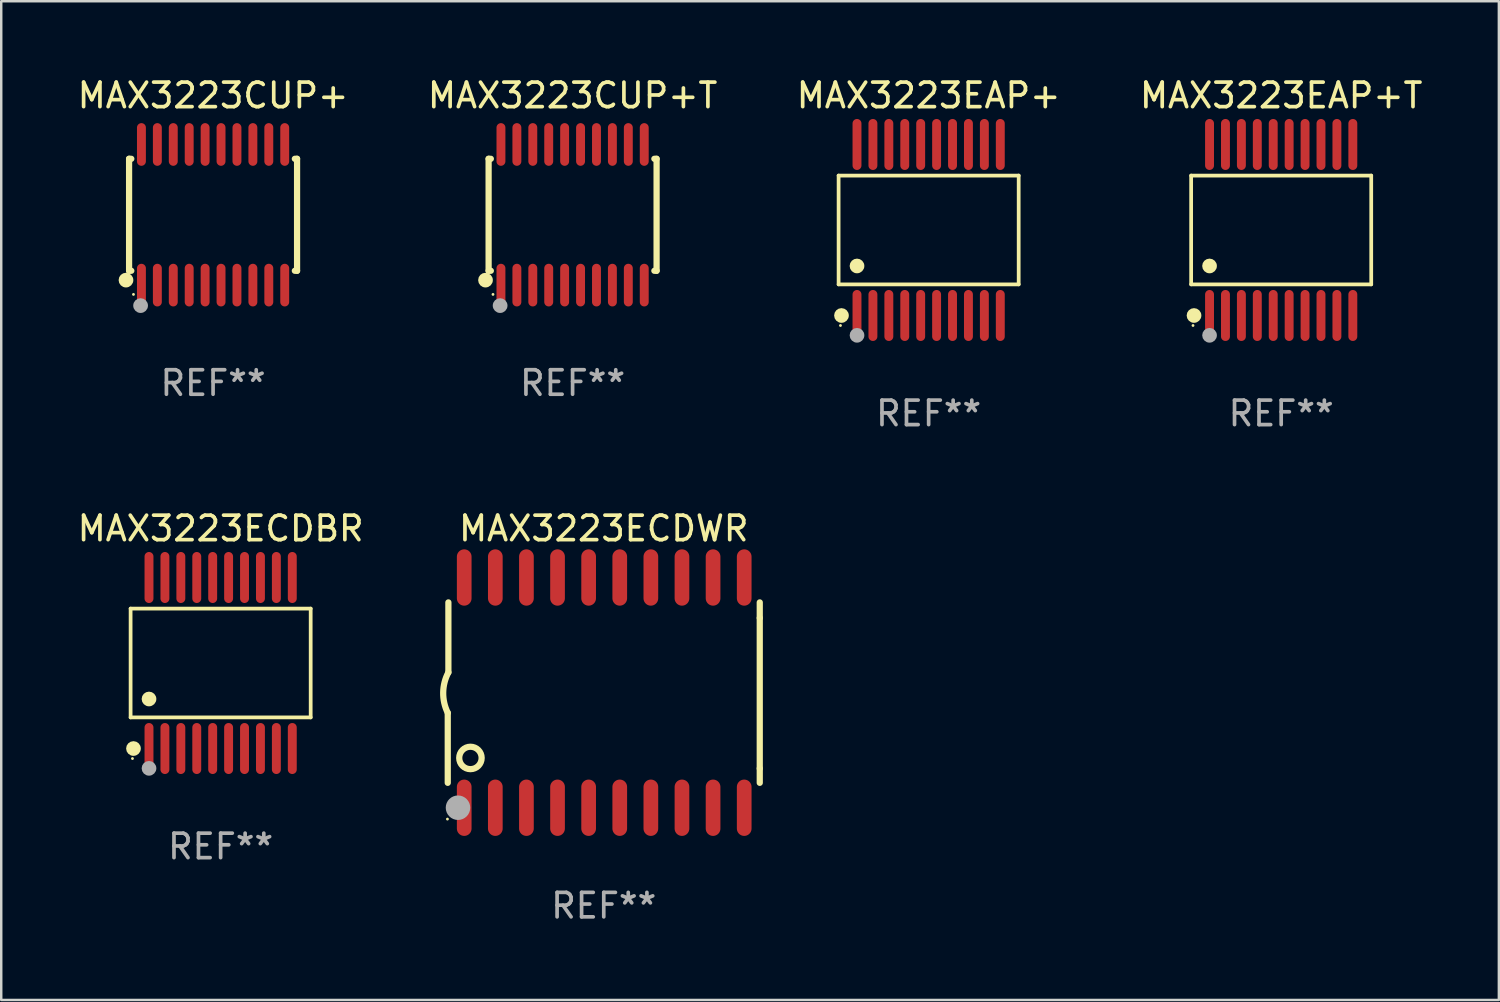
<source format=kicad_pcb>
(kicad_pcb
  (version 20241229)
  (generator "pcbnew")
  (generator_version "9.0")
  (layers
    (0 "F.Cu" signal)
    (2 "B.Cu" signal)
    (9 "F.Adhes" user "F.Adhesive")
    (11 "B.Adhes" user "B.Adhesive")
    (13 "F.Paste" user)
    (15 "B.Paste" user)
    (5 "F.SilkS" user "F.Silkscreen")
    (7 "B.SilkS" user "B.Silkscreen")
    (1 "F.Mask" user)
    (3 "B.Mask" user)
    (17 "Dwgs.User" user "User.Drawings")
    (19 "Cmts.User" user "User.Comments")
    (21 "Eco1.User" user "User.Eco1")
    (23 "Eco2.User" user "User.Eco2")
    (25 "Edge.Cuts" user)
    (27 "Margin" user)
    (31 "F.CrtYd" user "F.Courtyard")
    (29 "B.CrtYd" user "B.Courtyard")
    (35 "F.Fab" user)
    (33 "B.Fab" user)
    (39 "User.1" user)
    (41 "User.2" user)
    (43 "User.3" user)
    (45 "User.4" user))
  (footprint "MAX3223EAP+"
    (layer "F.Cu")
    (at 34.863 6.339)
    (property "Reference" "MAX3223EAP+" (at 0 -5.491 0) (layer "F.SilkS") (effects (font (size 1 1) (thickness 0.15))))
    (attr through_hole)
    (fp_line (start -3.676 -2.221) (end 3.676 -2.221) (stroke (width 0.152) (type solid)) (layer "F.SilkS"))
    (fp_line (start -3.676 2.221) (end -3.676 -2.221) (stroke (width 0.152) (type solid)) (layer "F.SilkS"))
    (fp_line (start 3.676 -2.221) (end 3.676 2.221) (stroke (width 0.152) (type solid)) (layer "F.SilkS"))
    (fp_line (start 3.676 2.221) (end -3.676 2.221) (stroke (width 0.152) (type solid)) (layer "F.SilkS"))
    (fp_circle (center -3.6 3.9) (end -3.57 3.9) (stroke (width 0.06) (type solid)) (fill no) (layer "F.SilkS"))
    (fp_circle (center -3.559 3.491) (end -3.409 3.491) (stroke (width 0.3) (type solid)) (fill no) (layer "F.SilkS"))
    (fp_circle (center -2.925 1.469) (end -2.775 1.469) (stroke (width 0.3) (type solid)) (fill no) (layer "F.SilkS"))
    (fp_circle (center -2.925 4.3) (end -2.775 4.3) (stroke (width 0.3) (type solid)) (fill no) (layer "F.Fab"))
    (fp_text user "REF**" (at 0 7.491 0) (layer "F.Fab") (effects (font (size 1 1) (thickness 0.15))))
    (pad "1" smd oval (at -2.925 3.491) (size 0.364 2.082) (layers "F.Cu" "F.Mask" "F.Paste"))
    (pad "2" smd oval (at -2.275 3.491) (size 0.364 2.082) (layers "F.Cu" "F.Mask" "F.Paste"))
    (pad "3" smd oval (at -1.625 3.491) (size 0.364 2.082) (layers "F.Cu" "F.Mask" "F.Paste"))
    (pad "4" smd oval (at -0.975 3.491) (size 0.364 2.082) (layers "F.Cu" "F.Mask" "F.Paste"))
    (pad "5" smd oval (at -0.325 3.491) (size 0.364 2.082) (layers "F.Cu" "F.Mask" "F.Paste"))
    (pad "6" smd oval (at 0.325 3.491) (size 0.364 2.082) (layers "F.Cu" "F.Mask" "F.Paste"))
    (pad "7" smd oval (at 0.975 3.491) (size 0.364 2.082) (layers "F.Cu" "F.Mask" "F.Paste"))
    (pad "8" smd oval (at 1.625 3.491) (size 0.364 2.082) (layers "F.Cu" "F.Mask" "F.Paste"))
    (pad "9" smd oval (at 2.275 3.491) (size 0.364 2.082) (layers "F.Cu" "F.Mask" "F.Paste"))
    (pad "10" smd oval (at 2.925 3.491) (size 0.364 2.082) (layers "F.Cu" "F.Mask" "F.Paste"))
    (pad "11" smd oval (at 2.925 -3.491) (size 0.364 2.082) (layers "F.Cu" "F.Mask" "F.Paste"))
    (pad "12" smd oval (at 2.275 -3.491) (size 0.364 2.082) (layers "F.Cu" "F.Mask" "F.Paste"))
    (pad "13" smd oval (at 1.625 -3.491) (size 0.364 2.082) (layers "F.Cu" "F.Mask" "F.Paste"))
    (pad "14" smd oval (at 0.975 -3.491) (size 0.364 2.082) (layers "F.Cu" "F.Mask" "F.Paste"))
    (pad "15" smd oval (at 0.325 -3.491) (size 0.364 2.082) (layers "F.Cu" "F.Mask" "F.Paste"))
    (pad "16" smd oval (at -0.325 -3.491) (size 0.364 2.082) (layers "F.Cu" "F.Mask" "F.Paste"))
    (pad "17" smd oval (at -0.975 -3.491) (size 0.364 2.082) (layers "F.Cu" "F.Mask" "F.Paste"))
    (pad "18" smd oval (at -1.625 -3.491) (size 0.364 2.082) (layers "F.Cu" "F.Mask" "F.Paste"))
    (pad "19" smd oval (at -2.275 -3.491) (size 0.364 2.082) (layers "F.Cu" "F.Mask" "F.Paste"))
    (pad "20" smd oval (at -2.925 -3.491) (size 0.364 2.082) (layers "F.Cu" "F.Mask" "F.Paste")))
  (footprint "MAX3223CUP+"
    (layer "F.Cu")
    (at 5.649 5.719)
    (property "Reference" "MAX3223CUP+" (at 0 -4.871 0) (layer "F.SilkS") (effects (font (size 1 1) (thickness 0.15))))
    (attr through_hole)
    (fp_line (start -3.429 -2.286) (end -3.429 2.286) (stroke (width 0.254) (type solid)) (layer "F.SilkS"))
    (fp_line (start -3.429 2.286) (end -3.338 2.286) (stroke (width 0.254) (type solid)) (layer "F.SilkS"))
    (fp_line (start -3.338 -2.286) (end -3.429 -2.286) (stroke (width 0.254) (type solid)) (layer "F.SilkS"))
    (fp_line (start 3.338 -2.286) (end 3.429 -2.286) (stroke (width 0.254) (type solid)) (layer "F.SilkS"))
    (fp_line (start 3.429 -2.286) (end 3.429 2.286) (stroke (width 0.254) (type solid)) (layer "F.SilkS"))
    (fp_line (start 3.429 2.286) (end 3.338 2.286) (stroke (width 0.254) (type solid)) (layer "F.SilkS"))
    (fp_circle (center -3.556 2.667) (end -3.406 2.667) (stroke (width 0.3) (type solid)) (fill no) (layer "F.SilkS"))
    (fp_circle (center -3.25 3.25) (end -3.22 3.25) (stroke (width 0.06) (type solid)) (fill no) (layer "F.SilkS"))
    (fp_circle (center -2.959 3.707) (end -2.808 3.707) (stroke (width 0.3) (type solid)) (fill no) (layer "F.Fab"))
    (fp_text user "REF**" (at 0 6.871 0) (layer "F.Fab") (effects (font (size 1 1) (thickness 0.15))))
    (pad "1" smd oval (at -2.925 2.871) (size 0.364 1.742) (layers "F.Cu" "F.Mask" "F.Paste"))
    (pad "2" smd oval (at -2.275 2.871) (size 0.364 1.742) (layers "F.Cu" "F.Mask" "F.Paste"))
    (pad "3" smd oval (at -1.625 2.871) (size 0.364 1.742) (layers "F.Cu" "F.Mask" "F.Paste"))
    (pad "4" smd oval (at -0.975 2.871) (size 0.364 1.742) (layers "F.Cu" "F.Mask" "F.Paste"))
    (pad "5" smd oval (at -0.325 2.871) (size 0.364 1.742) (layers "F.Cu" "F.Mask" "F.Paste"))
    (pad "6" smd oval (at 0.325 2.871) (size 0.364 1.742) (layers "F.Cu" "F.Mask" "F.Paste"))
    (pad "7" smd oval (at 0.975 2.871) (size 0.364 1.742) (layers "F.Cu" "F.Mask" "F.Paste"))
    (pad "8" smd oval (at 1.625 2.871) (size 0.364 1.742) (layers "F.Cu" "F.Mask" "F.Paste"))
    (pad "9" smd oval (at 2.275 2.871) (size 0.364 1.742) (layers "F.Cu" "F.Mask" "F.Paste"))
    (pad "10" smd oval (at 2.925 2.871) (size 0.364 1.742) (layers "F.Cu" "F.Mask" "F.Paste"))
    (pad "11" smd oval (at 2.925 -2.871) (size 0.364 1.742) (layers "F.Cu" "F.Mask" "F.Paste"))
    (pad "12" smd oval (at 2.275 -2.871) (size 0.364 1.742) (layers "F.Cu" "F.Mask" "F.Paste"))
    (pad "13" smd oval (at 1.625 -2.871) (size 0.364 1.742) (layers "F.Cu" "F.Mask" "F.Paste"))
    (pad "14" smd oval (at 0.975 -2.871) (size 0.364 1.742) (layers "F.Cu" "F.Mask" "F.Paste"))
    (pad "15" smd oval (at 0.325 -2.871) (size 0.364 1.742) (layers "F.Cu" "F.Mask" "F.Paste"))
    (pad "16" smd oval (at -0.325 -2.871) (size 0.364 1.742) (layers "F.Cu" "F.Mask" "F.Paste"))
    (pad "17" smd oval (at -0.975 -2.871) (size 0.364 1.742) (layers "F.Cu" "F.Mask" "F.Paste"))
    (pad "18" smd oval (at -1.625 -2.871) (size 0.364 1.742) (layers "F.Cu" "F.Mask" "F.Paste"))
    (pad "19" smd oval (at -2.275 -2.871) (size 0.364 1.742) (layers "F.Cu" "F.Mask" "F.Paste"))
    (pad "20" smd oval (at -2.925 -2.871) (size 0.364 1.742) (layers "F.Cu" "F.Mask" "F.Paste")))
  (footprint "MAX3223EAP+T"
    (layer "F.Cu")
    (at 49.256 6.339)
    (property "Reference" "MAX3223EAP+T" (at 0 -5.491 0) (layer "F.SilkS") (effects (font (size 1 1) (thickness 0.15))))
    (attr through_hole)
    (fp_line (start -3.676 -2.221) (end 3.676 -2.221) (stroke (width 0.152) (type solid)) (layer "F.SilkS"))
    (fp_line (start -3.676 2.221) (end -3.676 -2.221) (stroke (width 0.152) (type solid)) (layer "F.SilkS"))
    (fp_line (start 3.676 -2.221) (end 3.676 2.221) (stroke (width 0.152) (type solid)) (layer "F.SilkS"))
    (fp_line (start 3.676 2.221) (end -3.676 2.221) (stroke (width 0.152) (type solid)) (layer "F.SilkS"))
    (fp_circle (center -3.6 3.9) (end -3.57 3.9) (stroke (width 0.06) (type solid)) (fill no) (layer "F.SilkS"))
    (fp_circle (center -3.559 3.491) (end -3.409 3.491) (stroke (width 0.3) (type solid)) (fill no) (layer "F.SilkS"))
    (fp_circle (center -2.925 1.469) (end -2.775 1.469) (stroke (width 0.3) (type solid)) (fill no) (layer "F.SilkS"))
    (fp_circle (center -2.925 4.3) (end -2.775 4.3) (stroke (width 0.3) (type solid)) (fill no) (layer "F.Fab"))
    (fp_text user "REF**" (at 0 7.491 0) (layer "F.Fab") (effects (font (size 1 1) (thickness 0.15))))
    (pad "1" smd oval (at -2.925 3.491) (size 0.364 2.082) (layers "F.Cu" "F.Mask" "F.Paste"))
    (pad "2" smd oval (at -2.275 3.491) (size 0.364 2.082) (layers "F.Cu" "F.Mask" "F.Paste"))
    (pad "3" smd oval (at -1.625 3.491) (size 0.364 2.082) (layers "F.Cu" "F.Mask" "F.Paste"))
    (pad "4" smd oval (at -0.975 3.491) (size 0.364 2.082) (layers "F.Cu" "F.Mask" "F.Paste"))
    (pad "5" smd oval (at -0.325 3.491) (size 0.364 2.082) (layers "F.Cu" "F.Mask" "F.Paste"))
    (pad "6" smd oval (at 0.325 3.491) (size 0.364 2.082) (layers "F.Cu" "F.Mask" "F.Paste"))
    (pad "7" smd oval (at 0.975 3.491) (size 0.364 2.082) (layers "F.Cu" "F.Mask" "F.Paste"))
    (pad "8" smd oval (at 1.625 3.491) (size 0.364 2.082) (layers "F.Cu" "F.Mask" "F.Paste"))
    (pad "9" smd oval (at 2.275 3.491) (size 0.364 2.082) (layers "F.Cu" "F.Mask" "F.Paste"))
    (pad "10" smd oval (at 2.925 3.491) (size 0.364 2.082) (layers "F.Cu" "F.Mask" "F.Paste"))
    (pad "11" smd oval (at 2.925 -3.491) (size 0.364 2.082) (layers "F.Cu" "F.Mask" "F.Paste"))
    (pad "12" smd oval (at 2.275 -3.491) (size 0.364 2.082) (layers "F.Cu" "F.Mask" "F.Paste"))
    (pad "13" smd oval (at 1.625 -3.491) (size 0.364 2.082) (layers "F.Cu" "F.Mask" "F.Paste"))
    (pad "14" smd oval (at 0.975 -3.491) (size 0.364 2.082) (layers "F.Cu" "F.Mask" "F.Paste"))
    (pad "15" smd oval (at 0.325 -3.491) (size 0.364 2.082) (layers "F.Cu" "F.Mask" "F.Paste"))
    (pad "16" smd oval (at -0.325 -3.491) (size 0.364 2.082) (layers "F.Cu" "F.Mask" "F.Paste"))
    (pad "17" smd oval (at -0.975 -3.491) (size 0.364 2.082) (layers "F.Cu" "F.Mask" "F.Paste"))
    (pad "18" smd oval (at -1.625 -3.491) (size 0.364 2.082) (layers "F.Cu" "F.Mask" "F.Paste"))
    (pad "19" smd oval (at -2.275 -3.491) (size 0.364 2.082) (layers "F.Cu" "F.Mask" "F.Paste"))
    (pad "20" smd oval (at -2.925 -3.491) (size 0.364 2.082) (layers "F.Cu" "F.Mask" "F.Paste")))
  (footprint "MAX3223ECDBR"
    (layer "F.Cu")
    (at 5.958 24.018)
    (property "Reference" "MAX3223ECDBR" (at 0 -5.491 0) (layer "F.SilkS") (effects (font (size 1 1) (thickness 0.15))))
    (attr through_hole)
    (fp_line (start -3.676 -2.221) (end 3.676 -2.221) (stroke (width 0.152) (type solid)) (layer "F.SilkS"))
    (fp_line (start -3.676 2.221) (end -3.676 -2.221) (stroke (width 0.152) (type solid)) (layer "F.SilkS"))
    (fp_line (start 3.676 -2.221) (end 3.676 2.221) (stroke (width 0.152) (type solid)) (layer "F.SilkS"))
    (fp_line (start 3.676 2.221) (end -3.676 2.221) (stroke (width 0.152) (type solid)) (layer "F.SilkS"))
    (fp_circle (center -3.6 3.9) (end -3.57 3.9) (stroke (width 0.06) (type solid)) (fill no) (layer "F.SilkS"))
    (fp_circle (center -3.559 3.491) (end -3.409 3.491) (stroke (width 0.3) (type solid)) (fill no) (layer "F.SilkS"))
    (fp_circle (center -2.925 1.469) (end -2.775 1.469) (stroke (width 0.3) (type solid)) (fill no) (layer "F.SilkS"))
    (fp_circle (center -2.925 4.3) (end -2.775 4.3) (stroke (width 0.3) (type solid)) (fill no) (layer "F.Fab"))
    (fp_text user "REF**" (at 0 7.491 0) (layer "F.Fab") (effects (font (size 1 1) (thickness 0.15))))
    (pad "1" smd oval (at -2.925 3.491) (size 0.364 2.082) (layers "F.Cu" "F.Mask" "F.Paste"))
    (pad "2" smd oval (at -2.275 3.491) (size 0.364 2.082) (layers "F.Cu" "F.Mask" "F.Paste"))
    (pad "3" smd oval (at -1.625 3.491) (size 0.364 2.082) (layers "F.Cu" "F.Mask" "F.Paste"))
    (pad "4" smd oval (at -0.975 3.491) (size 0.364 2.082) (layers "F.Cu" "F.Mask" "F.Paste"))
    (pad "5" smd oval (at -0.325 3.491) (size 0.364 2.082) (layers "F.Cu" "F.Mask" "F.Paste"))
    (pad "6" smd oval (at 0.325 3.491) (size 0.364 2.082) (layers "F.Cu" "F.Mask" "F.Paste"))
    (pad "7" smd oval (at 0.975 3.491) (size 0.364 2.082) (layers "F.Cu" "F.Mask" "F.Paste"))
    (pad "8" smd oval (at 1.625 3.491) (size 0.364 2.082) (layers "F.Cu" "F.Mask" "F.Paste"))
    (pad "9" smd oval (at 2.275 3.491) (size 0.364 2.082) (layers "F.Cu" "F.Mask" "F.Paste"))
    (pad "10" smd oval (at 2.925 3.491) (size 0.364 2.082) (layers "F.Cu" "F.Mask" "F.Paste"))
    (pad "11" smd oval (at 2.925 -3.491) (size 0.364 2.082) (layers "F.Cu" "F.Mask" "F.Paste"))
    (pad "12" smd oval (at 2.275 -3.491) (size 0.364 2.082) (layers "F.Cu" "F.Mask" "F.Paste"))
    (pad "13" smd oval (at 1.625 -3.491) (size 0.364 2.082) (layers "F.Cu" "F.Mask" "F.Paste"))
    (pad "14" smd oval (at 0.975 -3.491) (size 0.364 2.082) (layers "F.Cu" "F.Mask" "F.Paste"))
    (pad "15" smd oval (at 0.325 -3.491) (size 0.364 2.082) (layers "F.Cu" "F.Mask" "F.Paste"))
    (pad "16" smd oval (at -0.325 -3.491) (size 0.364 2.082) (layers "F.Cu" "F.Mask" "F.Paste"))
    (pad "17" smd oval (at -0.975 -3.491) (size 0.364 2.082) (layers "F.Cu" "F.Mask" "F.Paste"))
    (pad "18" smd oval (at -1.625 -3.491) (size 0.364 2.082) (layers "F.Cu" "F.Mask" "F.Paste"))
    (pad "19" smd oval (at -2.275 -3.491) (size 0.364 2.082) (layers "F.Cu" "F.Mask" "F.Paste"))
    (pad "20" smd oval (at -2.925 -3.491) (size 0.364 2.082) (layers "F.Cu" "F.Mask" "F.Paste")))
  (footprint "MAX3223CUP+T"
    (layer "F.Cu")
    (at 20.327 5.719)
    (property "Reference" "MAX3223CUP+T" (at 0 -4.871 0) (layer "F.SilkS") (effects (font (size 1 1) (thickness 0.15))))
    (attr through_hole)
    (fp_line (start -3.429 -2.286) (end -3.429 2.286) (stroke (width 0.254) (type solid)) (layer "F.SilkS"))
    (fp_line (start -3.429 2.286) (end -3.338 2.286) (stroke (width 0.254) (type solid)) (layer "F.SilkS"))
    (fp_line (start -3.338 -2.286) (end -3.429 -2.286) (stroke (width 0.254) (type solid)) (layer "F.SilkS"))
    (fp_line (start 3.338 -2.286) (end 3.429 -2.286) (stroke (width 0.254) (type solid)) (layer "F.SilkS"))
    (fp_line (start 3.429 -2.286) (end 3.429 2.286) (stroke (width 0.254) (type solid)) (layer "F.SilkS"))
    (fp_line (start 3.429 2.286) (end 3.338 2.286) (stroke (width 0.254) (type solid)) (layer "F.SilkS"))
    (fp_circle (center -3.556 2.667) (end -3.406 2.667) (stroke (width 0.3) (type solid)) (fill no) (layer "F.SilkS"))
    (fp_circle (center -3.25 3.25) (end -3.22 3.25) (stroke (width 0.06) (type solid)) (fill no) (layer "F.SilkS"))
    (fp_circle (center -2.959 3.707) (end -2.808 3.707) (stroke (width 0.3) (type solid)) (fill no) (layer "F.Fab"))
    (fp_text user "REF**" (at 0 6.871 0) (layer "F.Fab") (effects (font (size 1 1) (thickness 0.15))))
    (pad "1" smd oval (at -2.925 2.871) (size 0.364 1.742) (layers "F.Cu" "F.Mask" "F.Paste"))
    (pad "2" smd oval (at -2.275 2.871) (size 0.364 1.742) (layers "F.Cu" "F.Mask" "F.Paste"))
    (pad "3" smd oval (at -1.625 2.871) (size 0.364 1.742) (layers "F.Cu" "F.Mask" "F.Paste"))
    (pad "4" smd oval (at -0.975 2.871) (size 0.364 1.742) (layers "F.Cu" "F.Mask" "F.Paste"))
    (pad "5" smd oval (at -0.325 2.871) (size 0.364 1.742) (layers "F.Cu" "F.Mask" "F.Paste"))
    (pad "6" smd oval (at 0.325 2.871) (size 0.364 1.742) (layers "F.Cu" "F.Mask" "F.Paste"))
    (pad "7" smd oval (at 0.975 2.871) (size 0.364 1.742) (layers "F.Cu" "F.Mask" "F.Paste"))
    (pad "8" smd oval (at 1.625 2.871) (size 0.364 1.742) (layers "F.Cu" "F.Mask" "F.Paste"))
    (pad "9" smd oval (at 2.275 2.871) (size 0.364 1.742) (layers "F.Cu" "F.Mask" "F.Paste"))
    (pad "10" smd oval (at 2.925 2.871) (size 0.364 1.742) (layers "F.Cu" "F.Mask" "F.Paste"))
    (pad "11" smd oval (at 2.925 -2.871) (size 0.364 1.742) (layers "F.Cu" "F.Mask" "F.Paste"))
    (pad "12" smd oval (at 2.275 -2.871) (size 0.364 1.742) (layers "F.Cu" "F.Mask" "F.Paste"))
    (pad "13" smd oval (at 1.625 -2.871) (size 0.364 1.742) (layers "F.Cu" "F.Mask" "F.Paste"))
    (pad "14" smd oval (at 0.975 -2.871) (size 0.364 1.742) (layers "F.Cu" "F.Mask" "F.Paste"))
    (pad "15" smd oval (at 0.325 -2.871) (size 0.364 1.742) (layers "F.Cu" "F.Mask" "F.Paste"))
    (pad "16" smd oval (at -0.325 -2.871) (size 0.364 1.742) (layers "F.Cu" "F.Mask" "F.Paste"))
    (pad "17" smd oval (at -0.975 -2.871) (size 0.364 1.742) (layers "F.Cu" "F.Mask" "F.Paste"))
    (pad "18" smd oval (at -1.625 -2.871) (size 0.364 1.742) (layers "F.Cu" "F.Mask" "F.Paste"))
    (pad "19" smd oval (at -2.275 -2.871) (size 0.364 1.742) (layers "F.Cu" "F.Mask" "F.Paste"))
    (pad "20" smd oval (at -2.925 -2.871) (size 0.364 1.742) (layers "F.Cu" "F.Mask" "F.Paste")))
  (footprint "MAX3223ECDWR"
    (layer "F.Cu")
    (at 21.599 25.227)
    (property "Reference" "MAX3223ECDWR" (at 0 -6.7 0) (layer "F.SilkS") (effects (font (size 1 1) (thickness 0.15))))
    (attr through_hole)
    (fp_line (start -6.369 0.826) (end -6.369 3.683) (stroke (width 0.254) (type solid)) (layer "F.SilkS"))
    (fp_line (start -6.343 -0.825) (end -6.343 -3.683) (stroke (width 0.254) (type solid)) (layer "F.SilkS"))
    (fp_line (start 6.369 -3.048) (end 6.369 -3.683) (stroke (width 0.254) (type solid)) (layer "F.SilkS"))
    (fp_line (start 6.369 -3.048) (end 6.369 3.096) (stroke (width 0.254) (type solid)) (layer "F.SilkS"))
    (fp_line (start 6.369 3.096) (end 6.369 3.683) (stroke (width 0.254) (type solid)) (layer "F.SilkS"))
    (fp_arc (start -6.36853 0.825552) (mid -6.554743 -0.00301) (end -6.343129 -0.825451) (stroke (width 0.254001) (type solid)) (layer "F.SilkS"))
    (fp_circle (center -6.382 5.163) (end -6.352 5.163) (stroke (width 0.06) (type solid)) (fill no) (layer "F.SilkS"))
    (fp_circle (center -5.443 2.667) (end -4.985 2.667) (stroke (width 0.254) (type solid)) (fill no) (layer "F.SilkS"))
    (fp_circle (center -5.951 4.699) (end -5.701 4.699) (stroke (width 0.5) (type solid)) (fill no) (layer "F.Fab"))
    (fp_text user "REF**" (at 0 8.7 0) (layer "F.Fab") (effects (font (size 1 1) (thickness 0.15))))
    (pad "1" smd oval (at -5.697 4.7 180) (size 0.6 2.3) (layers "F.Cu" "F.Mask" "F.Paste"))
    (pad "2" smd oval (at -4.427 4.7 180) (size 0.6 2.3) (layers "F.Cu" "F.Mask" "F.Paste"))
    (pad "3" smd oval (at -3.157 4.7 180) (size 0.6 2.3) (layers "F.Cu" "F.Mask" "F.Paste"))
    (pad "4" smd oval (at -1.887 4.7 180) (size 0.6 2.3) (layers "F.Cu" "F.Mask" "F.Paste"))
    (pad "5" smd oval (at -0.617 4.7 180) (size 0.6 2.3) (layers "F.Cu" "F.Mask" "F.Paste"))
    (pad "6" smd oval (at 0.653 4.7 180) (size 0.6 2.3) (layers "F.Cu" "F.Mask" "F.Paste"))
    (pad "7" smd oval (at 1.923 4.7 180) (size 0.6 2.3) (layers "F.Cu" "F.Mask" "F.Paste"))
    (pad "8" smd oval (at 3.193 4.7 180) (size 0.6 2.3) (layers "F.Cu" "F.Mask" "F.Paste"))
    (pad "9" smd oval (at 4.463 4.7 180) (size 0.6 2.3) (layers "F.Cu" "F.Mask" "F.Paste"))
    (pad "10" smd oval (at 5.734 4.7 180) (size 0.6 2.3) (layers "F.Cu" "F.Mask" "F.Paste"))
    (pad "11" smd oval (at 5.734 -4.7 180) (size 0.6 2.3) (layers "F.Cu" "F.Mask" "F.Paste"))
    (pad "12" smd oval (at 4.463 -4.7 180) (size 0.6 2.3) (layers "F.Cu" "F.Mask" "F.Paste"))
    (pad "13" smd oval (at 3.193 -4.7 180) (size 0.6 2.3) (layers "F.Cu" "F.Mask" "F.Paste"))
    (pad "14" smd oval (at 1.923 -4.7 180) (size 0.6 2.3) (layers "F.Cu" "F.Mask" "F.Paste"))
    (pad "15" smd oval (at 0.653 -4.7 180) (size 0.6 2.3) (layers "F.Cu" "F.Mask" "F.Paste"))
    (pad "16" smd oval (at -0.617 -4.7 180) (size 0.6 2.3) (layers "F.Cu" "F.Mask" "F.Paste"))
    (pad "17" smd oval (at -1.887 -4.7 180) (size 0.6 2.3) (layers "F.Cu" "F.Mask" "F.Paste"))
    (pad "18" smd oval (at -3.157 -4.7 180) (size 0.6 2.3) (layers "F.Cu" "F.Mask" "F.Paste"))
    (pad "19" smd oval (at -4.427 -4.7 180) (size 0.6 2.3) (layers "F.Cu" "F.Mask" "F.Paste"))
    (pad "20" smd oval (at -5.697 -4.7 180) (size 0.6 2.3) (layers "F.Cu" "F.Mask" "F.Paste")))
  (gr_rect
    (start -3 -3)
    (end 58.143 37.775)
    (stroke (width 0.1) (type default))
    (fill no)
    (layer "Edge.Cuts")))
</source>
